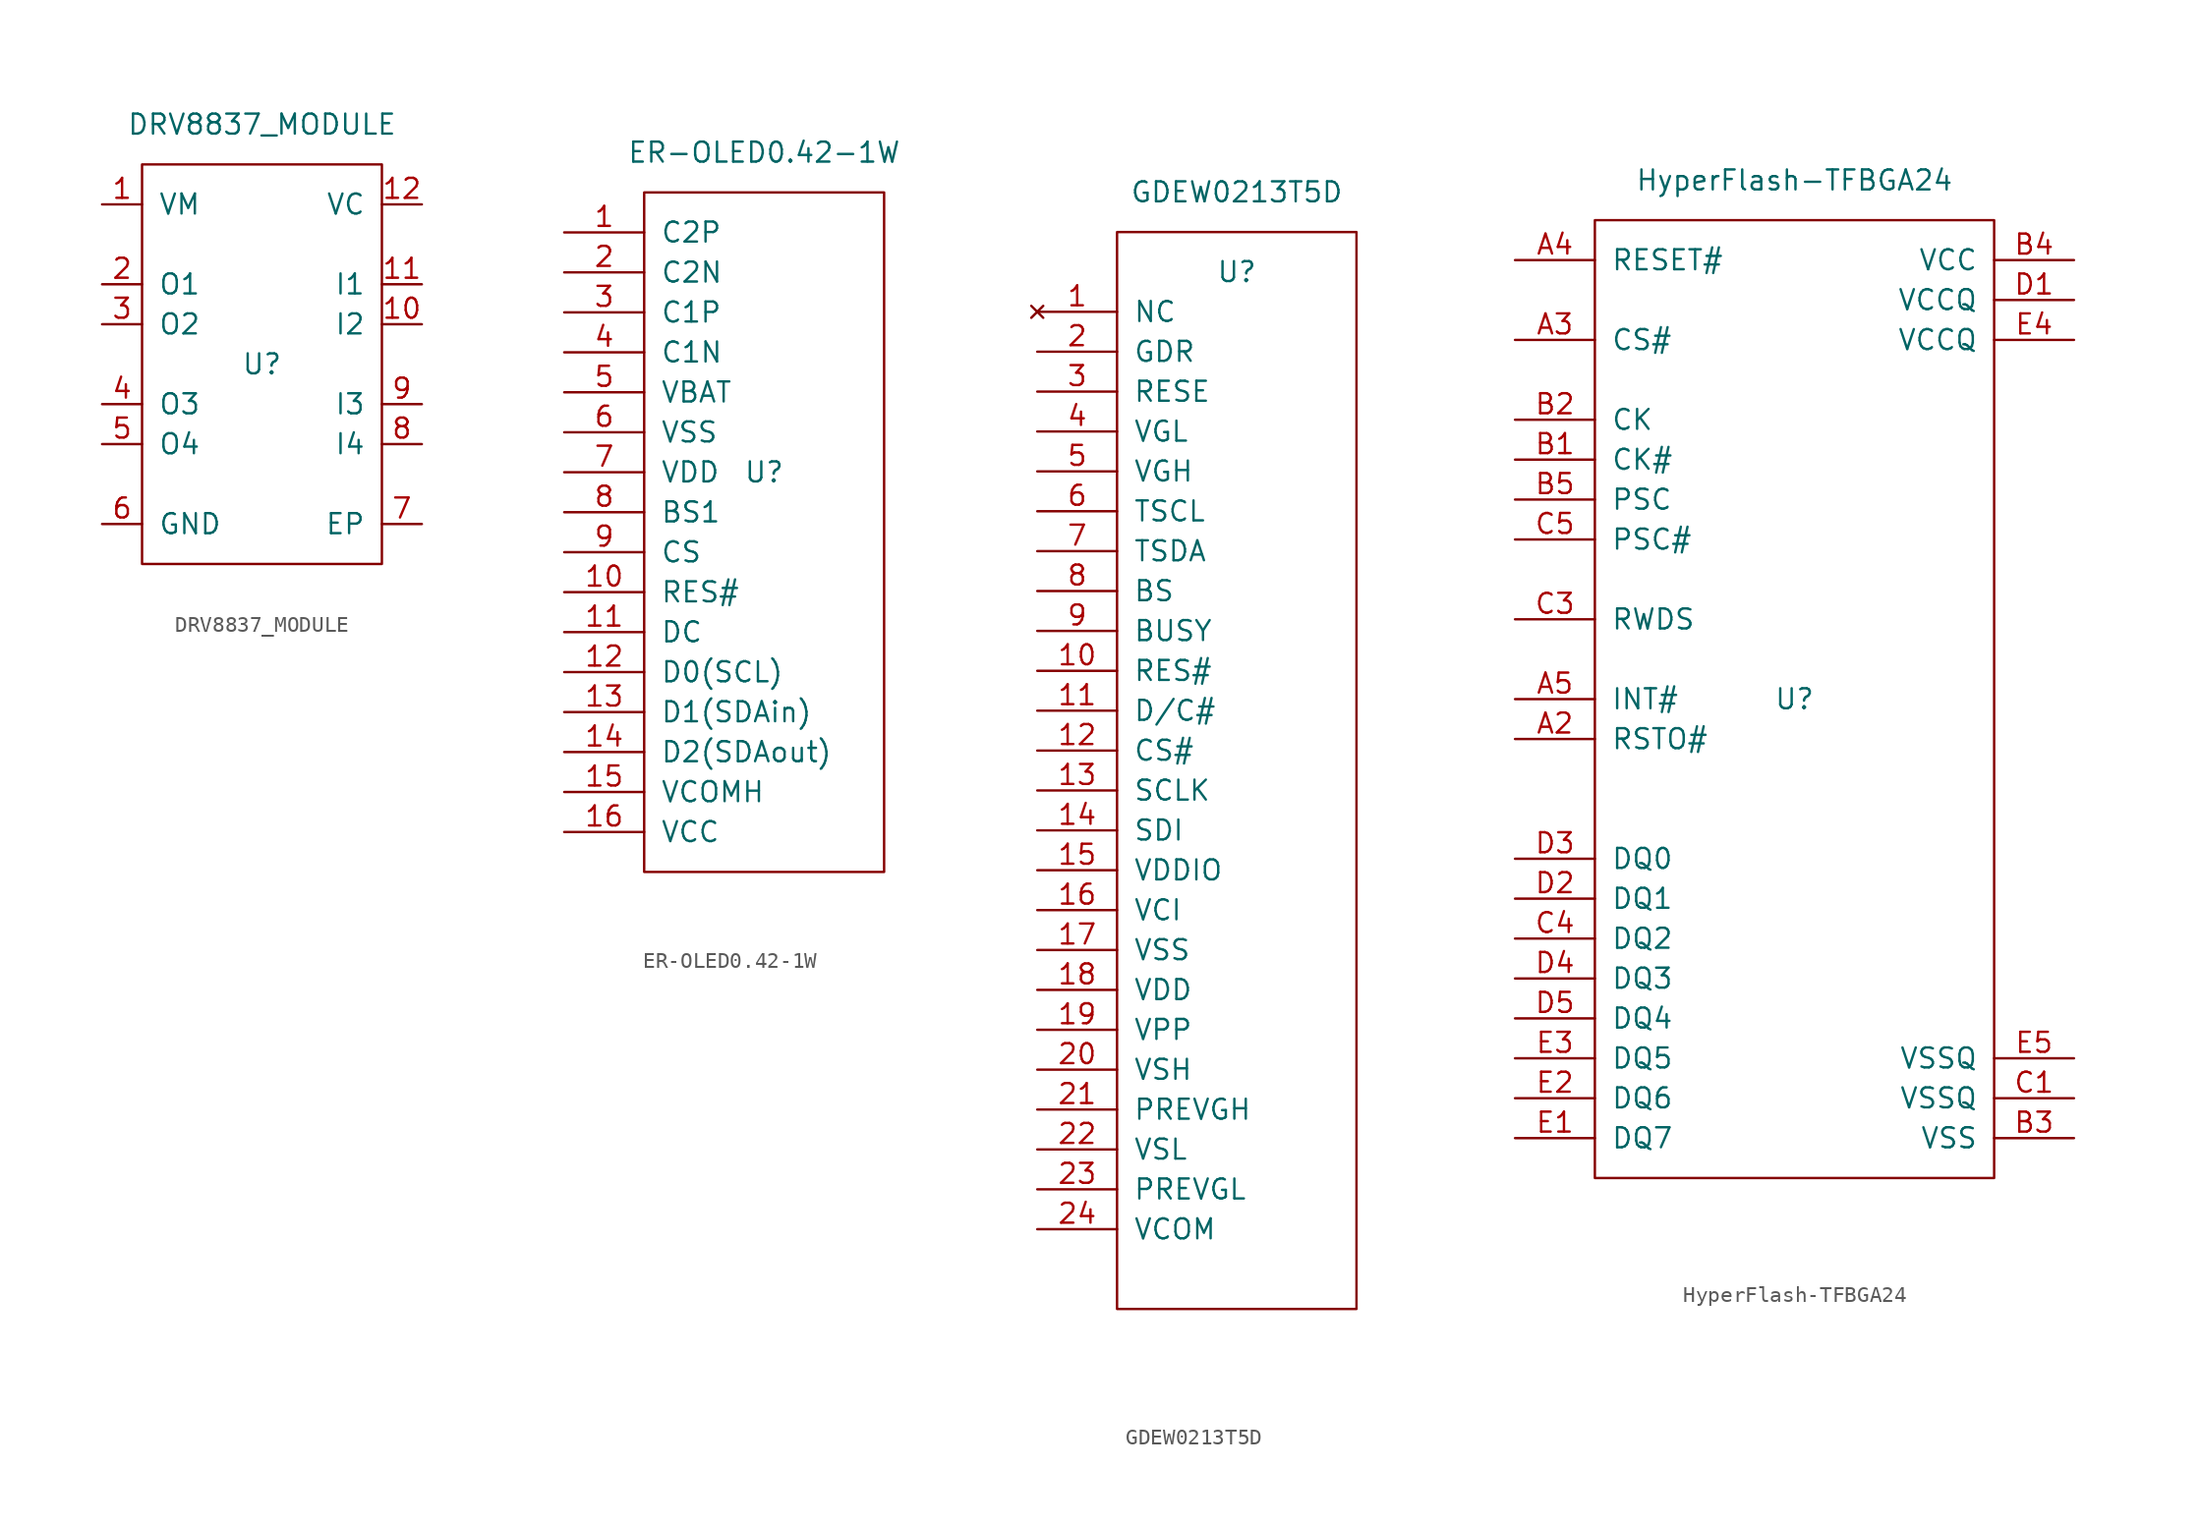
<source format=kicad_sym>
(kicad_symbol_lib
  (version 20220914)
  (generator kicad_symbol_editor)
  (symbol "DRV8837_MODULE"
    (pin_names
      (offset 1.016))
    (property "Reference" "U"
      (at 0 0 0)
      (effects (font (size 1.27 1.27))))
    (property "Value" "DRV8837_MODULE"
      (at 0 15.24 0)
      (effects (font (size 1.27 1.27))))
    (symbol "DRV8837_MODULE_0_1"
      (rectangle (start -7.62 12.7) (end 7.62 -12.7) (stroke (width 0) (type solid)) (fill (type none))))
    (symbol "DRV8837_MODULE_1_1"
      (pin power_in line (at -10.16 10.16 0) (length 2.54) (name "VM" (effects (font (size 1.27 1.27)))) (number "1" (effects (font (size 1.27 1.27)))))
      (pin input line (at 10.16 2.54 180) (length 2.54) (name "I2" (effects (font (size 1.27 1.27)))) (number "10" (effects (font (size 1.27 1.27)))))
      (pin input line (at 10.16 5.08 180) (length 2.54) (name "I1" (effects (font (size 1.27 1.27)))) (number "11" (effects (font (size 1.27 1.27)))))
      (pin power_in line (at 10.16 10.16 180) (length 2.54) (name "VC" (effects (font (size 1.27 1.27)))) (number "12" (effects (font (size 1.27 1.27)))))
      (pin output line (at -10.16 5.08 0) (length 2.54) (name "O1" (effects (font (size 1.27 1.27)))) (number "2" (effects (font (size 1.27 1.27)))))
      (pin output line (at -10.16 2.54 0) (length 2.54) (name "O2" (effects (font (size 1.27 1.27)))) (number "3" (effects (font (size 1.27 1.27)))))
      (pin output line (at -10.16 -2.54 0) (length 2.54) (name "O3" (effects (font (size 1.27 1.27)))) (number "4" (effects (font (size 1.27 1.27)))))
      (pin output line (at -10.16 -5.08 0) (length 2.54) (name "O4" (effects (font (size 1.27 1.27)))) (number "5" (effects (font (size 1.27 1.27)))))
      (pin power_in line (at -10.16 -10.16 0) (length 2.54) (name "GND" (effects (font (size 1.27 1.27)))) (number "6" (effects (font (size 1.27 1.27)))))
      (pin input line (at 10.16 -10.16 180) (length 2.54) (name "EP" (effects (font (size 1.27 1.27)))) (number "7" (effects (font (size 1.27 1.27)))))
      (pin input line (at 10.16 -5.08 180) (length 2.54) (name "I4" (effects (font (size 1.27 1.27)))) (number "8" (effects (font (size 1.27 1.27)))))
      (pin input line (at 10.16 -2.54 180) (length 2.54) (name "I3" (effects (font (size 1.27 1.27)))) (number "9" (effects (font (size 1.27 1.27)))))))
  (symbol "ER-OLED0.42-1W"
    (pin_names
      (offset 1.016))
    (property "Reference" "U"
      (at 0 0 0)
      (effects (font (size 1.27 1.27))))
    (property "Value" "ER-OLED0.42-1W"
      (at 0 20.32 0)
      (effects (font (size 1.27 1.27))))
    (symbol "ER-OLED0.42-1W_0_1"
      (rectangle (start -7.62 17.78) (end 7.62 -25.4) (stroke (width 0) (type solid)) (fill (type none))))
    (symbol "ER-OLED0.42-1W_1_1"
      (pin input line (at -12.7 15.24 0) (length 5.08) (name "C2P" (effects (font (size 1.27 1.27)))) (number "1" (effects (font (size 1.27 1.27)))))
      (pin input line (at -12.7 -7.62 0) (length 5.08) (name "RES#" (effects (font (size 1.27 1.27)))) (number "10" (effects (font (size 1.27 1.27)))))
      (pin input line (at -12.7 -10.16 0) (length 5.08) (name "DC" (effects (font (size 1.27 1.27)))) (number "11" (effects (font (size 1.27 1.27)))))
      (pin input line (at -12.7 -12.7 0) (length 5.08) (name "D0(SCL)" (effects (font (size 1.27 1.27)))) (number "12" (effects (font (size 1.27 1.27)))))
      (pin input line (at -12.7 -15.24 0) (length 5.08) (name "D1(SDAin)" (effects (font (size 1.27 1.27)))) (number "13" (effects (font (size 1.27 1.27)))))
      (pin input line (at -12.7 -17.78 0) (length 5.08) (name "D2(SDAout)" (effects (font (size 1.27 1.27)))) (number "14" (effects (font (size 1.27 1.27)))))
      (pin power_out line (at -12.7 -20.32 0) (length 5.08) (name "VCOMH" (effects (font (size 1.27 1.27)))) (number "15" (effects (font (size 1.27 1.27)))))
      (pin power_in line (at -12.7 -22.86 0) (length 5.08) (name "VCC" (effects (font (size 1.27 1.27)))) (number "16" (effects (font (size 1.27 1.27)))))
      (pin input line (at -12.7 12.7 0) (length 5.08) (name "C2N" (effects (font (size 1.27 1.27)))) (number "2" (effects (font (size 1.27 1.27)))))
      (pin input line (at -12.7 10.16 0) (length 5.08) (name "C1P" (effects (font (size 1.27 1.27)))) (number "3" (effects (font (size 1.27 1.27)))))
      (pin input line (at -12.7 7.62 0) (length 5.08) (name "C1N" (effects (font (size 1.27 1.27)))) (number "4" (effects (font (size 1.27 1.27)))))
      (pin power_in line (at -12.7 5.08 0) (length 5.08) (name "VBAT" (effects (font (size 1.27 1.27)))) (number "5" (effects (font (size 1.27 1.27)))))
      (pin power_in line (at -12.7 2.54 0) (length 5.08) (name "VSS" (effects (font (size 1.27 1.27)))) (number "6" (effects (font (size 1.27 1.27)))))
      (pin power_in line (at -12.7 0 0) (length 5.08) (name "VDD" (effects (font (size 1.27 1.27)))) (number "7" (effects (font (size 1.27 1.27)))))
      (pin input line (at -12.7 -2.54 0) (length 5.08) (name "BS1" (effects (font (size 1.27 1.27)))) (number "8" (effects (font (size 1.27 1.27)))))
      (pin input line (at -12.7 -5.08 0) (length 5.08) (name "CS" (effects (font (size 1.27 1.27)))) (number "9" (effects (font (size 1.27 1.27)))))))
  (symbol "GDEW0213T5D"
    (pin_names
      (offset 1.016))
    (property "Reference" "U"
      (at 0 30.48 0)
      (effects (font (size 1.27 1.27))))
    (property "Value" "GDEW0213T5D"
      (at 0 35.56 0)
      (effects (font (size 1.27 1.27))))
    (symbol "GDEW0213T5D_0_1"
      (rectangle (start -7.62 33.02) (end 7.62 -35.56) (stroke (width 0) (type solid)) (fill (type none))))
    (symbol "GDEW0213T5D_1_1"
      (pin no_connect line (at -12.7 27.94 0) (length 5.08) (name "NC" (effects (font (size 1.27 1.27)))) (number "1" (effects (font (size 1.27 1.27)))))
      (pin input line (at -12.7 5.08 0) (length 5.08) (name "RES#" (effects (font (size 1.27 1.27)))) (number "10" (effects (font (size 1.27 1.27)))))
      (pin input line (at -12.7 2.54 0) (length 5.08) (name "D/C#" (effects (font (size 1.27 1.27)))) (number "11" (effects (font (size 1.27 1.27)))))
      (pin input line (at -12.7 0 0) (length 5.08) (name "CS#" (effects (font (size 1.27 1.27)))) (number "12" (effects (font (size 1.27 1.27)))))
      (pin bidirectional line (at -12.7 -2.54 0) (length 5.08) (name "SCLK" (effects (font (size 1.27 1.27)))) (number "13" (effects (font (size 1.27 1.27)))))
      (pin bidirectional line (at -12.7 -5.08 0) (length 5.08) (name "SDI" (effects (font (size 1.27 1.27)))) (number "14" (effects (font (size 1.27 1.27)))))
      (pin power_in line (at -12.7 -7.62 0) (length 5.08) (name "VDDIO" (effects (font (size 1.27 1.27)))) (number "15" (effects (font (size 1.27 1.27)))))
      (pin power_in line (at -12.7 -10.16 0) (length 5.08) (name "VCI" (effects (font (size 1.27 1.27)))) (number "16" (effects (font (size 1.27 1.27)))))
      (pin power_in line (at -12.7 -12.7 0) (length 5.08) (name "VSS" (effects (font (size 1.27 1.27)))) (number "17" (effects (font (size 1.27 1.27)))))
      (pin power_in line (at -12.7 -15.24 0) (length 5.08) (name "VDD" (effects (font (size 1.27 1.27)))) (number "18" (effects (font (size 1.27 1.27)))))
      (pin power_in line (at -12.7 -17.78 0) (length 5.08) (name "VPP" (effects (font (size 1.27 1.27)))) (number "19" (effects (font (size 1.27 1.27)))))
      (pin output line (at -12.7 25.4 0) (length 5.08) (name "GDR" (effects (font (size 1.27 1.27)))) (number "2" (effects (font (size 1.27 1.27)))))
      (pin power_in line (at -12.7 -20.32 0) (length 5.08) (name "VSH" (effects (font (size 1.27 1.27)))) (number "20" (effects (font (size 1.27 1.27)))))
      (pin power_in line (at -12.7 -22.86 0) (length 5.08) (name "PREVGH" (effects (font (size 1.27 1.27)))) (number "21" (effects (font (size 1.27 1.27)))))
      (pin power_in line (at -12.7 -25.4 0) (length 5.08) (name "VSL" (effects (font (size 1.27 1.27)))) (number "22" (effects (font (size 1.27 1.27)))))
      (pin power_in line (at -12.7 -27.94 0) (length 5.08) (name "PREVGL" (effects (font (size 1.27 1.27)))) (number "23" (effects (font (size 1.27 1.27)))))
      (pin power_in line (at -12.7 -30.48 0) (length 5.08) (name "VCOM" (effects (font (size 1.27 1.27)))) (number "24" (effects (font (size 1.27 1.27)))))
      (pin output line (at -12.7 22.86 0) (length 5.08) (name "RESE" (effects (font (size 1.27 1.27)))) (number "3" (effects (font (size 1.27 1.27)))))
      (pin power_out line (at -12.7 20.32 0) (length 5.08) (name "VGL" (effects (font (size 1.27 1.27)))) (number "4" (effects (font (size 1.27 1.27)))))
      (pin power_out line (at -12.7 17.78 0) (length 5.08) (name "VGH" (effects (font (size 1.27 1.27)))) (number "5" (effects (font (size 1.27 1.27)))))
      (pin output line (at -12.7 15.24 0) (length 5.08) (name "TSCL" (effects (font (size 1.27 1.27)))) (number "6" (effects (font (size 1.27 1.27)))))
      (pin bidirectional line (at -12.7 12.7 0) (length 5.08) (name "TSDA" (effects (font (size 1.27 1.27)))) (number "7" (effects (font (size 1.27 1.27)))))
      (pin input line (at -12.7 10.16 0) (length 5.08) (name "BS" (effects (font (size 1.27 1.27)))) (number "8" (effects (font (size 1.27 1.27)))))
      (pin output line (at -12.7 7.62 0) (length 5.08) (name "BUSY" (effects (font (size 1.27 1.27)))) (number "9" (effects (font (size 1.27 1.27)))))))
  (symbol "HyperFlash-TFBGA24"
    (pin_names
      (offset 1.016))
    (property "Reference" "U"
      (at 0 0 0)
      (effects (font (size 1.27 1.27))))
    (property "Value" "HyperFlash-TFBGA24"
      (at 0 33.02 0)
      (effects (font (size 1.27 1.27))))
    (symbol "HyperFlash-TFBGA24_0_1"
      (rectangle (start -12.7 30.48) (end 12.7 -30.48) (stroke (width 0) (type solid)) (fill (type none))))
    (symbol "HyperFlash-TFBGA24_1_1"
      (pin output line (at -17.78 -2.54 0) (length 5.08) (name "RSTO#" (effects (font (size 1.27 1.27)))) (number "A2" (effects (font (size 1.27 1.27)))))
      (pin input line (at -17.78 22.86 0) (length 5.08) (name "CS#" (effects (font (size 1.27 1.27)))) (number "A3" (effects (font (size 1.27 1.27)))))
      (pin input line (at -17.78 27.94 0) (length 5.08) (name "RESET#" (effects (font (size 1.27 1.27)))) (number "A4" (effects (font (size 1.27 1.27)))))
      (pin output line (at -17.78 0 0) (length 5.08) (name "INT#" (effects (font (size 1.27 1.27)))) (number "A5" (effects (font (size 1.27 1.27)))))
      (pin input line (at -17.78 15.24 0) (length 5.08) (name "CK#" (effects (font (size 1.27 1.27)))) (number "B1" (effects (font (size 1.27 1.27)))))
      (pin input line (at -17.78 17.78 0) (length 5.08) (name "CK" (effects (font (size 1.27 1.27)))) (number "B2" (effects (font (size 1.27 1.27)))))
      (pin power_in line (at 17.78 -27.94 180) (length 5.08) (name "VSS" (effects (font (size 1.27 1.27)))) (number "B3" (effects (font (size 1.27 1.27)))))
      (pin power_in line (at 17.78 27.94 180) (length 5.08) (name "VCC" (effects (font (size 1.27 1.27)))) (number "B4" (effects (font (size 1.27 1.27)))))
      (pin input line (at -17.78 12.7 0) (length 5.08) (name "PSC" (effects (font (size 1.27 1.27)))) (number "B5" (effects (font (size 1.27 1.27)))))
      (pin power_in line (at 17.78 -25.4 180) (length 5.08) (name "VSSQ" (effects (font (size 1.27 1.27)))) (number "C1" (effects (font (size 1.27 1.27)))))
      (pin output line (at -17.78 5.08 0) (length 5.08) (name "RWDS" (effects (font (size 1.27 1.27)))) (number "C3" (effects (font (size 1.27 1.27)))))
      (pin bidirectional line (at -17.78 -15.24 0) (length 5.08) (name "DQ2" (effects (font (size 1.27 1.27)))) (number "C4" (effects (font (size 1.27 1.27)))))
      (pin input line (at -17.78 10.16 0) (length 5.08) (name "PSC#" (effects (font (size 1.27 1.27)))) (number "C5" (effects (font (size 1.27 1.27)))))
      (pin power_in line (at 17.78 25.4 180) (length 5.08) (name "VCCQ" (effects (font (size 1.27 1.27)))) (number "D1" (effects (font (size 1.27 1.27)))))
      (pin bidirectional line (at -17.78 -12.7 0) (length 5.08) (name "DQ1" (effects (font (size 1.27 1.27)))) (number "D2" (effects (font (size 1.27 1.27)))))
      (pin bidirectional line (at -17.78 -10.16 0) (length 5.08) (name "DQ0" (effects (font (size 1.27 1.27)))) (number "D3" (effects (font (size 1.27 1.27)))))
      (pin bidirectional line (at -17.78 -17.78 0) (length 5.08) (name "DQ3" (effects (font (size 1.27 1.27)))) (number "D4" (effects (font (size 1.27 1.27)))))
      (pin bidirectional line (at -17.78 -20.32 0) (length 5.08) (name "DQ4" (effects (font (size 1.27 1.27)))) (number "D5" (effects (font (size 1.27 1.27)))))
      (pin bidirectional line (at -17.78 -27.94 0) (length 5.08) (name "DQ7" (effects (font (size 1.27 1.27)))) (number "E1" (effects (font (size 1.27 1.27)))))
      (pin bidirectional line (at -17.78 -25.4 0) (length 5.08) (name "DQ6" (effects (font (size 1.27 1.27)))) (number "E2" (effects (font (size 1.27 1.27)))))
      (pin bidirectional line (at -17.78 -22.86 0) (length 5.08) (name "DQ5" (effects (font (size 1.27 1.27)))) (number "E3" (effects (font (size 1.27 1.27)))))
      (pin power_in line (at 17.78 22.86 180) (length 5.08) (name "VCCQ" (effects (font (size 1.27 1.27)))) (number "E4" (effects (font (size 1.27 1.27)))))
      (pin power_in line (at 17.78 -22.86 180) (length 5.08) (name "VSSQ" (effects (font (size 1.27 1.27)))) (number "E5" (effects (font (size 1.27 1.27))))))))
</source>
